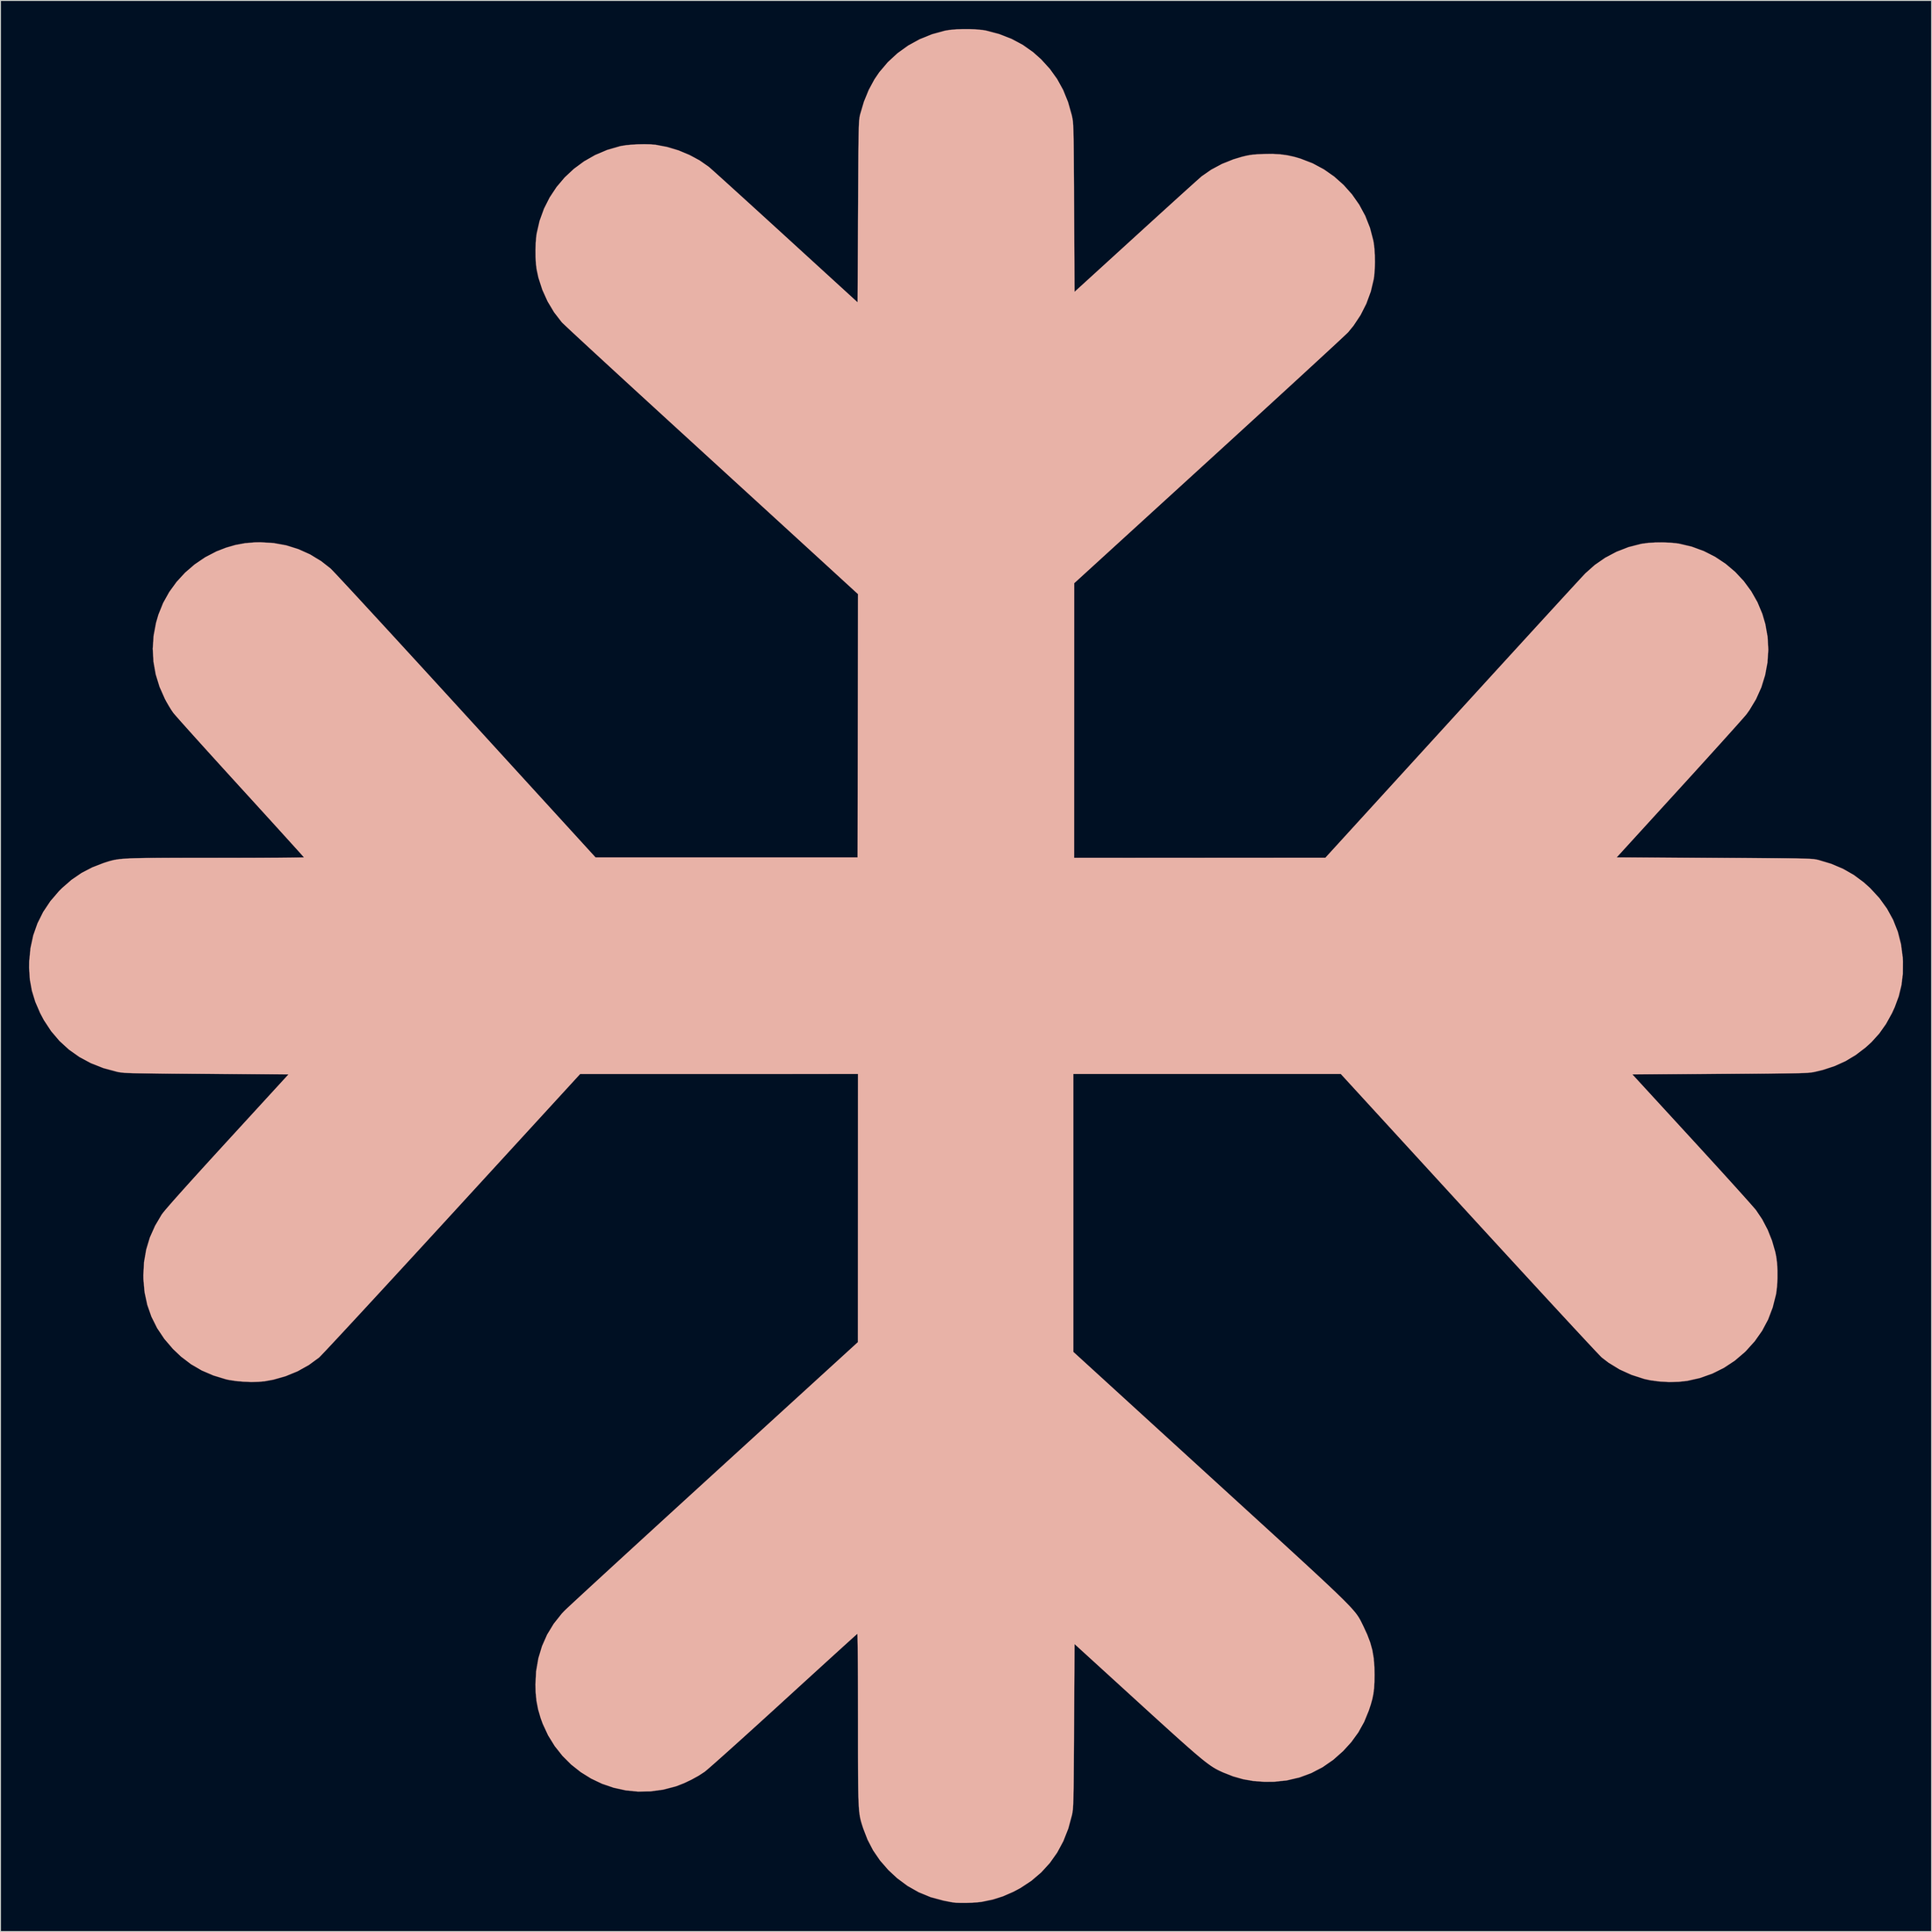
<source format=kicad_pcb>
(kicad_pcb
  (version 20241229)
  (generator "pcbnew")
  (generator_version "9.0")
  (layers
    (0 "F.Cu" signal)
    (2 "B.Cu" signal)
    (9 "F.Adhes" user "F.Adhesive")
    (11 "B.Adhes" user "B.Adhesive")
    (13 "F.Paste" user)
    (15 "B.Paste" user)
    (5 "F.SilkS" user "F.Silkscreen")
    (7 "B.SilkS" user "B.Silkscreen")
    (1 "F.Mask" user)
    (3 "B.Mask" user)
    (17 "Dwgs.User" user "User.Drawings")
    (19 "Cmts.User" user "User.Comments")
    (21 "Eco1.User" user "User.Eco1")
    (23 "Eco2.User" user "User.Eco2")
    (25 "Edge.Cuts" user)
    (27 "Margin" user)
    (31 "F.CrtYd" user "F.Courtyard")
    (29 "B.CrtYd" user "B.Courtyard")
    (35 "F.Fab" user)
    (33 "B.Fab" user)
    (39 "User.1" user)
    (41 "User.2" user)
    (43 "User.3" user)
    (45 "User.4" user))
  (footprint "christmas-snow_20x20_B"
    (layer "F.Cu")
    (at 98.368 98.348)
    (property "Reference" "christmas-snow_20x20_B" (at 0 0 0) (layer "B.SilkS") (effects (font (size 1.524 1.524) (thickness 0.3))))
    (attr through_hole)
    (fp_poly (pts (xy 0.367 -98.342) (xy 1.061 -98.313) (xy 1.677 -98.257) (xy 2.106 -98.187) (xy 3.495 -97.814) (xy 4.774 -97.316) (xy 5.95 -96.687) (xy 7.03 -95.925) (xy 7.874 -95.173) (xy 8.789 -94.17) (xy 9.559 -93.099) (xy 10.195 -91.944) (xy 10.702 -90.692) (xy 11.091 -89.327) (xy 11.107 -89.256) (xy 11.137 -89.121) (xy 11.163 -88.99) (xy 11.187 -88.851) (xy 11.208 -88.694) (xy 11.226 -88.508) (xy 11.242 -88.284) (xy 11.255 -88.01) (xy 11.268 -87.676) (xy 11.278 -87.271) (xy 11.287 -86.786) (xy 11.295 -86.21) (xy 11.303 -85.531) (xy 11.31 -84.741) (xy 11.316 -83.827) (xy 11.323 -82.78) (xy 11.33 -81.59) (xy 11.337 -80.245) (xy 11.341 -79.598) (xy 11.388 -70.763) (xy 17.865 -76.67) (xy 18.763 -77.489) (xy 19.632 -78.28) (xy 20.463 -79.036) (xy 21.247 -79.748) (xy 21.974 -80.408) (xy 22.637 -81.009) (xy 23.227 -81.542) (xy 23.733 -81.998) (xy 24.148 -82.371) (xy 24.463 -82.652) (xy 24.667 -82.832) (xy 24.744 -82.897) (xy 25.743 -83.59) (xy 26.858 -84.186) (xy 28.06 -84.67) (xy 28.956 -84.938) (xy 29.387 -85.043) (xy 29.771 -85.118) (xy 30.16 -85.17) (xy 30.606 -85.205) (xy 31.159 -85.229) (xy 31.284 -85.233) (xy 32.194 -85.241) (xy 32.995 -85.197) (xy 33.741 -85.094) (xy 34.489 -84.926) (xy 35.114 -84.742) (xy 36.373 -84.255) (xy 37.553 -83.624) (xy 38.642 -82.862) (xy 39.633 -81.98) (xy 40.514 -80.99) (xy 41.275 -79.903) (xy 41.907 -78.73) (xy 42.4 -77.483) (xy 42.743 -76.174) (xy 42.794 -75.904) (xy 42.867 -75.321) (xy 42.909 -74.634) (xy 42.922 -73.899) (xy 42.903 -73.173) (xy 42.854 -72.514) (xy 42.798 -72.104) (xy 42.487 -70.794) (xy 42.021 -69.526) (xy 41.412 -68.321) (xy 40.67 -67.204) (xy 40.121 -66.533) (xy 40.014 -66.426) (xy 39.788 -66.211) (xy 39.448 -65.892) (xy 39.001 -65.475) (xy 38.452 -64.965) (xy 37.806 -64.369) (xy 37.071 -63.69) (xy 36.251 -62.935) (xy 35.353 -62.108) (xy 34.382 -61.216) (xy 33.343 -60.263) (xy 32.244 -59.255) (xy 31.09 -58.198) (xy 29.886 -57.096) (xy 28.639 -55.955) (xy 27.354 -54.78) (xy 26.037 -53.577) (xy 25.499 -53.086) (xy 11.353 -40.174) (xy 11.345 -11.345) (xy 24.532 -11.35) (xy 37.719 -11.355) (xy 51.012 -25.924) (xy 52.245 -27.276) (xy 53.454 -28.6) (xy 54.632 -29.891) (xy 55.775 -31.142) (xy 56.878 -32.348) (xy 57.934 -33.502) (xy 58.938 -34.6) (xy 59.885 -35.635) (xy 60.77 -36.601) (xy 61.588 -37.493) (xy 62.332 -38.305) (xy 62.998 -39.03) (xy 63.58 -39.663) (xy 64.072 -40.197) (xy 64.471 -40.629) (xy 64.769 -40.95) (xy 64.962 -41.156) (xy 65.027 -41.223) (xy 66.007 -42.094) (xy 67.097 -42.847) (xy 68.278 -43.472) (xy 69.527 -43.958) (xy 70.825 -44.293) (xy 70.993 -44.325) (xy 71.631 -44.407) (xy 72.373 -44.452) (xy 73.159 -44.459) (xy 73.929 -44.429) (xy 74.623 -44.36) (xy 74.845 -44.326) (xy 76.174 -44.012) (xy 77.439 -43.549) (xy 78.627 -42.946) (xy 79.73 -42.214) (xy 80.737 -41.362) (xy 81.637 -40.399) (xy 82.419 -39.336) (xy 83.075 -38.183) (xy 83.592 -36.948) (xy 83.904 -35.885) (xy 84.142 -34.543) (xy 84.216 -33.191) (xy 84.128 -31.846) (xy 83.883 -30.523) (xy 83.483 -29.238) (xy 82.931 -28.005) (xy 82.231 -26.841) (xy 81.934 -26.429) (xy 81.819 -26.29) (xy 81.598 -26.035) (xy 81.278 -25.672) (xy 80.867 -25.21) (xy 80.372 -24.658) (xy 79.802 -24.024) (xy 79.165 -23.317) (xy 78.467 -22.546) (xy 77.718 -21.718) (xy 76.924 -20.844) (xy 76.094 -19.93) (xy 75.234 -18.987) (xy 74.896 -18.616) (xy 68.299 -11.388) (xy 78.536 -11.341) (xy 80.067 -11.334) (xy 81.438 -11.328) (xy 82.658 -11.322) (xy 83.738 -11.316) (xy 84.687 -11.31) (xy 85.513 -11.304) (xy 86.228 -11.297) (xy 86.84 -11.289) (xy 87.359 -11.281) (xy 87.795 -11.272) (xy 88.156 -11.261) (xy 88.453 -11.249) (xy 88.695 -11.235) (xy 88.891 -11.22) (xy 89.052 -11.202) (xy 89.186 -11.182) (xy 89.303 -11.16) (xy 89.413 -11.135) (xy 89.493 -11.116) (xy 90.833 -10.711) (xy 92.058 -10.192) (xy 93.188 -9.547) (xy 94.238 -8.768) (xy 94.918 -8.155) (xy 95.872 -7.12) (xy 96.672 -6.012) (xy 97.319 -4.835) (xy 97.811 -3.588) (xy 98.148 -2.273) (xy 98.329 -0.892) (xy 98.353 -0.466) (xy 98.341 0.81) (xy 98.197 2.013) (xy 97.913 3.18) (xy 97.482 4.349) (xy 97.204 4.953) (xy 96.575 6.093) (xy 95.862 7.102) (xy 95.044 8.007) (xy 94.42 8.573) (xy 93.392 9.356) (xy 92.322 9.998) (xy 91.183 10.516) (xy 89.946 10.921) (xy 89.157 11.113) (xy 89.025 11.141) (xy 88.892 11.166) (xy 88.746 11.188) (xy 88.579 11.207) (xy 88.38 11.224) (xy 88.137 11.239) (xy 87.843 11.252) (xy 87.485 11.264) (xy 87.054 11.274) (xy 86.539 11.283) (xy 85.931 11.292) (xy 85.219 11.299) (xy 84.393 11.306) (xy 83.442 11.313) (xy 82.357 11.32) (xy 81.127 11.327) (xy 79.742 11.335) (xy 79.147 11.338) (xy 69.945 11.388) (xy 76.165 18.161) (xy 77.012 19.085) (xy 77.836 19.986) (xy 78.628 20.853) (xy 79.379 21.678) (xy 80.081 22.451) (xy 80.726 23.164) (xy 81.306 23.807) (xy 81.813 24.372) (xy 82.237 24.848) (xy 82.571 25.227) (xy 82.807 25.499) (xy 82.935 25.654) (xy 83.582 26.618) (xy 84.145 27.695) (xy 84.605 28.842) (xy 84.944 30.018) (xy 85.052 30.543) (xy 85.139 31.225) (xy 85.182 32.007) (xy 85.181 32.828) (xy 85.136 33.625) (xy 85.05 34.337) (xy 85.019 34.505) (xy 84.675 35.864) (xy 84.193 37.126) (xy 83.568 38.302) (xy 82.796 39.398) (xy 81.872 40.424) (xy 81.732 40.561) (xy 80.692 41.447) (xy 79.555 42.197) (xy 78.335 42.804) (xy 77.043 43.263) (xy 75.704 43.566) (xy 74.791 43.666) (xy 73.8 43.687) (xy 72.794 43.632) (xy 71.835 43.504) (xy 71.205 43.367) (xy 69.849 42.931) (xy 68.595 42.36) (xy 67.442 41.653) (xy 66.749 41.122) (xy 66.643 41.02) (xy 66.429 40.798) (xy 66.11 40.463) (xy 65.694 40.019) (xy 65.184 39.474) (xy 64.586 38.832) (xy 63.905 38.099) (xy 63.147 37.281) (xy 62.316 36.383) (xy 61.419 35.412) (xy 60.459 34.372) (xy 59.444 33.27) (xy 58.377 32.111) (xy 57.264 30.901) (xy 56.11 29.645) (xy 54.92 28.35) (xy 53.701 27.021) (xy 52.778 26.014) (xy 39.336 11.345) (xy 11.261 11.345) (xy 11.261 40.521) (xy 25.616 53.628) (xy 27.241 55.111) (xy 28.745 56.485) (xy 30.135 57.754) (xy 31.414 58.922) (xy 32.588 59.995) (xy 33.661 60.978) (xy 34.638 61.875) (xy 35.525 62.691) (xy 36.326 63.43) (xy 37.045 64.098) (xy 37.689 64.698) (xy 38.261 65.237) (xy 38.766 65.718) (xy 39.21 66.147) (xy 39.598 66.527) (xy 39.933 66.865) (xy 40.222 67.164) (xy 40.468 67.429) (xy 40.677 67.666) (xy 40.854 67.878) (xy 41.003 68.071) (xy 41.129 68.249) (xy 41.238 68.417) (xy 41.334 68.58) (xy 41.421 68.742) (xy 41.506 68.909) (xy 41.592 69.085) (xy 41.685 69.275) (xy 41.697 69.3) (xy 42.113 70.198) (xy 42.426 71.026) (xy 42.648 71.831) (xy 42.791 72.663) (xy 42.865 73.568) (xy 42.882 74.422) (xy 42.87 75.184) (xy 42.833 75.827) (xy 42.762 76.401) (xy 42.649 76.957) (xy 42.486 77.543) (xy 42.275 78.182) (xy 41.788 79.369) (xy 41.183 80.459) (xy 40.443 81.48) (xy 39.585 82.423) (xy 38.544 83.346) (xy 37.429 84.118) (xy 36.245 84.736) (xy 34.996 85.199) (xy 33.687 85.505) (xy 32.324 85.651) (xy 31.327 85.657) (xy 30.164 85.571) (xy 29.09 85.386) (xy 28.046 85.089) (xy 26.975 84.668) (xy 26.842 84.608) (xy 26.608 84.499) (xy 26.382 84.386) (xy 26.155 84.261) (xy 25.919 84.119) (xy 25.667 83.953) (xy 25.39 83.755) (xy 25.08 83.519) (xy 24.73 83.239) (xy 24.33 82.907) (xy 23.873 82.517) (xy 23.351 82.061) (xy 22.755 81.534) (xy 22.078 80.929) (xy 21.312 80.238) (xy 20.448 79.455) (xy 19.478 78.574) (xy 18.395 77.586) (xy 17.992 77.218) (xy 11.388 71.194) (xy 11.338 79.772) (xy 11.329 81.169) (xy 11.322 82.408) (xy 11.315 83.498) (xy 11.307 84.452) (xy 11.3 85.278) (xy 11.292 85.989) (xy 11.283 86.594) (xy 11.274 87.105) (xy 11.263 87.531) (xy 11.251 87.884) (xy 11.237 88.175) (xy 11.222 88.413) (xy 11.204 88.61) (xy 11.183 88.776) (xy 11.16 88.922) (xy 11.134 89.059) (xy 11.113 89.157) (xy 10.729 90.568) (xy 10.212 91.878) (xy 9.564 93.084) (xy 8.787 94.182) (xy 7.883 95.17) (xy 6.856 96.045) (xy 5.707 96.803) (xy 4.953 97.204) (xy 3.87 97.675) (xy 2.802 98.016) (xy 1.684 98.248) (xy 1.609 98.26) (xy 1.159 98.311) (xy 0.614 98.346) (xy 0.029 98.366) (xy -0.538 98.367) (xy -1.034 98.35) (xy -1.312 98.325) (xy -1.504 98.295) (xy -1.811 98.238) (xy -2.183 98.165) (xy -2.403 98.12) (xy -3.718 97.763) (xy -4.965 97.251) (xy -6.139 96.587) (xy -7.24 95.771) (xy -8.155 94.918) (xy -9.029 93.917) (xy -9.753 92.862) (xy -10.344 91.727) (xy -10.793 90.564) (xy -10.877 90.309) (xy -10.952 90.076) (xy -11.019 89.854) (xy -11.078 89.631) (xy -11.129 89.398) (xy -11.173 89.144) (xy -11.211 88.858) (xy -11.243 88.53) (xy -11.269 88.149) (xy -11.29 87.705) (xy -11.307 87.187) (xy -11.32 86.583) (xy -11.33 85.885) (xy -11.337 85.081) (xy -11.341 84.161) (xy -11.344 83.113) (xy -11.345 81.928) (xy -11.345 80.595) (xy -11.345 79.103) (xy -11.345 79.099) (xy -11.346 77.88) (xy -11.348 76.71) (xy -11.351 75.6) (xy -11.355 74.561) (xy -11.36 73.605) (xy -11.366 72.74) (xy -11.373 71.98) (xy -11.38 71.334) (xy -11.389 70.814) (xy -11.397 70.431) (xy -11.407 70.195) (xy -11.416 70.118) (xy -11.486 70.178) (xy -11.674 70.345) (xy -11.971 70.612) (xy -12.37 70.973) (xy -12.864 71.42) (xy -13.444 71.947) (xy -14.103 72.546) (xy -14.833 73.211) (xy -15.627 73.935) (xy -16.477 74.71) (xy -17.376 75.53) (xy -18.315 76.388) (xy -19.129 77.131) (xy -20.109 78.027) (xy -21.065 78.896) (xy -21.986 79.734) (xy -22.866 80.53) (xy -23.694 81.279) (xy -24.464 81.972) (xy -25.166 82.602) (xy -25.791 83.16) (xy -26.332 83.641) (xy -26.78 84.035) (xy -27.127 84.335) (xy -27.363 84.535) (xy -27.461 84.612) (xy -28.098 85.025) (xy -28.835 85.431) (xy -29.605 85.796) (xy -30.342 86.088) (xy -30.503 86.142) (xy -31.822 86.483) (xy -33.143 86.661) (xy -34.454 86.681) (xy -35.743 86.551) (xy -36.999 86.276) (xy -38.21 85.862) (xy -39.364 85.314) (xy -40.45 84.639) (xy -41.456 83.843) (xy -42.37 82.931) (xy -43.18 81.909) (xy -43.876 80.784) (xy -44.445 79.561) (xy -44.661 78.965) (xy -44.927 78.051) (xy -45.1 77.16) (xy -45.191 76.226) (xy -45.212 75.432) (xy -45.134 74.027) (xy -44.9 72.682) (xy -44.514 71.403) (xy -43.977 70.195) (xy -43.29 69.064) (xy -42.457 68.015) (xy -42.194 67.733) (xy -42.069 67.611) (xy -41.824 67.38) (xy -41.465 67.045) (xy -40.999 66.612) (xy -40.43 66.086) (xy -39.765 65.472) (xy -39.009 64.776) (xy -38.168 64.003) (xy -37.248 63.157) (xy -36.254 62.245) (xy -35.193 61.272) (xy -34.069 60.242) (xy -32.889 59.162) (xy -31.659 58.035) (xy -30.383 56.869) (xy -29.069 55.667) (xy -27.721 54.436) (xy -26.428 53.255) (xy -11.356 39.497) (xy -11.35 25.421) (xy -11.345 11.345) (xy -25.929 11.347) (xy -40.513 11.348) (xy -53.959 26.015) (xy -55.198 27.366) (xy -56.411 28.687) (xy -57.592 29.973) (xy -58.736 31.217) (xy -59.838 32.414) (xy -60.893 33.559) (xy -61.895 34.645) (xy -62.839 35.668) (xy -63.72 36.621) (xy -64.533 37.499) (xy -65.272 38.295) (xy -65.932 39.005) (xy -66.508 39.623) (xy -66.995 40.143) (xy -67.387 40.559) (xy -67.679 40.866) (xy -67.866 41.058) (xy -67.934 41.122) (xy -68.999 41.901) (xy -70.166 42.552) (xy -71.416 43.069) (xy -72.729 43.442) (xy -73.653 43.611) (xy -74.31 43.669) (xy -75.069 43.682) (xy -75.872 43.651) (xy -76.658 43.58) (xy -77.369 43.471) (xy -77.688 43.402) (xy -79.019 42.998) (xy -80.24 42.472) (xy -81.365 41.816) (xy -82.409 41.021) (xy -83.259 40.215) (xy -84.169 39.153) (xy -84.922 38.026) (xy -85.518 36.834) (xy -85.958 35.58) (xy -86.24 34.263) (xy -86.364 32.884) (xy -86.371 32.47) (xy -86.295 31.089) (xy -86.068 29.775) (xy -85.686 28.513) (xy -85.142 27.29) (xy -84.447 26.109) (xy -84.3 25.912) (xy -84.037 25.593) (xy -83.657 25.151) (xy -83.163 24.586) (xy -82.552 23.899) (xy -81.826 23.09) (xy -80.986 22.159) (xy -80.03 21.106) (xy -78.959 19.931) (xy -77.774 18.636) (xy -77.562 18.404) (xy -71.132 11.388) (xy -79.741 11.338) (xy -81.141 11.33) (xy -82.382 11.322) (xy -83.475 11.315) (xy -84.431 11.307) (xy -85.26 11.3) (xy -85.973 11.292) (xy -86.58 11.284) (xy -87.093 11.274) (xy -87.521 11.264) (xy -87.876 11.252) (xy -88.167 11.238) (xy -88.407 11.222) (xy -88.605 11.204) (xy -88.772 11.184) (xy -88.918 11.161) (xy -89.055 11.135) (xy -89.157 11.113) (xy -90.568 10.729) (xy -91.878 10.212) (xy -93.084 9.564) (xy -94.182 8.787) (xy -95.17 7.883) (xy -96.045 6.856) (xy -96.803 5.707) (xy -97.204 4.953) (xy -97.713 3.77) (xy -98.071 2.607) (xy -98.285 1.427) (xy -98.363 0.192) (xy -98.353 -0.466) (xy -98.218 -1.866) (xy -97.928 -3.201) (xy -97.482 -4.468) (xy -96.882 -5.667) (xy -96.128 -6.795) (xy -95.22 -7.853) (xy -94.918 -8.155) (xy -93.917 -9.029) (xy -92.862 -9.753) (xy -91.727 -10.344) (xy -90.564 -10.793) (xy -90.313 -10.876) (xy -90.083 -10.95) (xy -89.864 -11.016) (xy -89.646 -11.074) (xy -89.417 -11.125) (xy -89.167 -11.169) (xy -88.887 -11.207) (xy -88.565 -11.239) (xy -88.191 -11.266) (xy -87.756 -11.287) (xy -87.248 -11.305) (xy -86.657 -11.318) (xy -85.973 -11.328) (xy -85.185 -11.336) (xy -84.283 -11.34) (xy -83.257 -11.343) (xy -82.096 -11.345) (xy -80.791 -11.345) (xy -79.329 -11.345) (xy -78.81 -11.345) (xy -77.57 -11.346) (xy -76.379 -11.347) (xy -75.248 -11.349) (xy -74.186 -11.351) (xy -73.205 -11.355) (xy -72.316 -11.358) (xy -71.53 -11.363) (xy -70.857 -11.367) (xy -70.308 -11.372) (xy -69.894 -11.378) (xy -69.626 -11.384) (xy -69.514 -11.389) (xy -69.511 -11.391) (xy -69.567 -11.458) (xy -69.73 -11.642) (xy -69.993 -11.936) (xy -70.35 -12.331) (xy -70.792 -12.82) (xy -71.313 -13.395) (xy -71.905 -14.048) (xy -72.562 -14.772) (xy -73.277 -15.558) (xy -74.043 -16.399) (xy -74.851 -17.287) (xy -75.697 -18.214) (xy -76.173 -18.735) (xy -77.044 -19.692) (xy -77.89 -20.621) (xy -78.701 -21.514) (xy -79.471 -22.363) (xy -80.191 -23.159) (xy -80.854 -23.894) (xy -81.452 -24.559) (xy -81.978 -25.146) (xy -82.424 -25.646) (xy -82.782 -26.051) (xy -83.044 -26.351) (xy -83.203 -26.539) (xy -83.24 -26.585) (xy -83.452 -26.898) (xy -83.702 -27.303) (xy -83.952 -27.739) (xy -84.105 -28.025) (xy -84.669 -29.295) (xy -85.071 -30.605) (xy -85.309 -31.944) (xy -85.383 -33.3) (xy -85.292 -34.663) (xy -85.035 -36.023) (xy -84.785 -36.881) (xy -84.293 -38.098) (xy -83.653 -39.246) (xy -82.879 -40.312) (xy -81.984 -41.284) (xy -80.979 -42.15) (xy -79.878 -42.897) (xy -78.692 -43.513) (xy -77.695 -43.901) (xy -76.688 -44.191) (xy -75.698 -44.375) (xy -74.658 -44.463) (xy -74.083 -44.474) (xy -72.709 -44.392) (xy -71.371 -44.148) (xy -70.083 -43.745) (xy -68.854 -43.19) (xy -67.697 -42.485) (xy -66.733 -41.731) (xy -66.619 -41.62) (xy -66.397 -41.389) (xy -66.071 -41.044) (xy -65.647 -40.591) (xy -65.13 -40.035) (xy -64.525 -39.384) (xy -63.837 -38.641) (xy -63.073 -37.812) (xy -62.236 -36.904) (xy -61.332 -35.923) (xy -60.366 -34.873) (xy -59.345 -33.76) (xy -58.272 -32.591) (xy -57.153 -31.371) (xy -55.994 -30.105) (xy -54.799 -28.799) (xy -53.575 -27.46) (xy -52.505 -26.289) (xy -38.898 -11.388) (xy -11.388 -11.388) (xy -11.345 -39.027) (xy -14.838 -42.227) (xy -15.271 -42.624) (xy -15.821 -43.128) (xy -16.478 -43.729) (xy -17.234 -44.421) (xy -18.081 -45.196) (xy -19.008 -46.045) (xy -20.009 -46.961) (xy -21.073 -47.935) (xy -22.193 -48.959) (xy -23.36 -50.027) (xy -24.565 -51.128) (xy -25.798 -52.257) (xy -27.053 -53.404) (xy -28.319 -54.563) (xy -29.588 -55.724) (xy -30.188 -56.272) (xy -31.402 -57.383) (xy -32.586 -58.468) (xy -33.734 -59.52) (xy -34.84 -60.534) (xy -35.895 -61.503) (xy -36.896 -62.423) (xy -37.834 -63.286) (xy -38.705 -64.088) (xy -39.501 -64.822) (xy -40.215 -65.483) (xy -40.843 -66.064) (xy -41.377 -66.56) (xy -41.81 -66.966) (xy -42.138 -67.274) (xy -42.353 -67.479) (xy -42.446 -67.573) (xy -43.247 -68.61) (xy -43.931 -69.753) (xy -44.485 -70.975) (xy -44.896 -72.249) (xy -45.084 -73.12) (xy -45.158 -73.711) (xy -45.199 -74.411) (xy -45.206 -75.16) (xy -45.18 -75.901) (xy -45.122 -76.576) (xy -45.078 -76.884) (xy -44.772 -78.214) (xy -44.315 -79.478) (xy -43.717 -80.665) (xy -42.987 -81.767) (xy -42.135 -82.773) (xy -41.169 -83.675) (xy -40.099 -84.462) (xy -38.934 -85.125) (xy -37.684 -85.655) (xy -36.356 -86.042) (xy -36.23 -86.07) (xy -35.738 -86.151) (xy -35.131 -86.211) (xy -34.463 -86.248) (xy -33.786 -86.261) (xy -33.156 -86.247) (xy -32.625 -86.205) (xy -32.583 -86.199) (xy -31.383 -85.97) (xy -30.191 -85.61) (xy -29.043 -85.133) (xy -27.975 -84.557) (xy -27.025 -83.894) (xy -27.009 -83.881) (xy -26.887 -83.777) (xy -26.649 -83.566) (xy -26.302 -83.255) (xy -25.855 -82.853) (xy -25.316 -82.366) (xy -24.694 -81.802) (xy -23.996 -81.168) (xy -23.23 -80.473) (xy -22.405 -79.722) (xy -21.53 -78.925) (xy -20.612 -78.087) (xy -19.659 -77.218) (xy -18.965 -76.584) (xy -11.388 -69.659) (xy -11.341 -79.174) (xy -11.334 -80.647) (xy -11.327 -81.961) (xy -11.32 -83.126) (xy -11.314 -84.151) (xy -11.308 -85.046) (xy -11.301 -85.822) (xy -11.293 -86.488) (xy -11.285 -87.054) (xy -11.276 -87.531) (xy -11.266 -87.927) (xy -11.254 -88.254) (xy -11.241 -88.521) (xy -11.226 -88.737) (xy -11.208 -88.914) (xy -11.189 -89.06) (xy -11.167 -89.186) (xy -11.142 -89.301) (xy -11.116 -89.408) (xy -10.723 -90.726) (xy -10.222 -91.952) (xy -9.621 -93.066) (xy -9.109 -93.817) (xy -8.204 -94.882) (xy -7.191 -95.816) (xy -6.077 -96.617) (xy -4.866 -97.281) (xy -3.564 -97.805) (xy -2.197 -98.182) (xy -1.685 -98.263) (xy -1.054 -98.317) (xy -0.354 -98.343) (xy 0.367 -98.342)) (stroke (width 0.01) (type solid)) (fill yes) (layer "B.SilkS")))
  (gr_rect
    (start -3 -3)
    (end 199.726 199.721)
    (stroke (width 0.1) (type default))
    (fill no)
    (layer "Edge.Cuts")))
</source>
